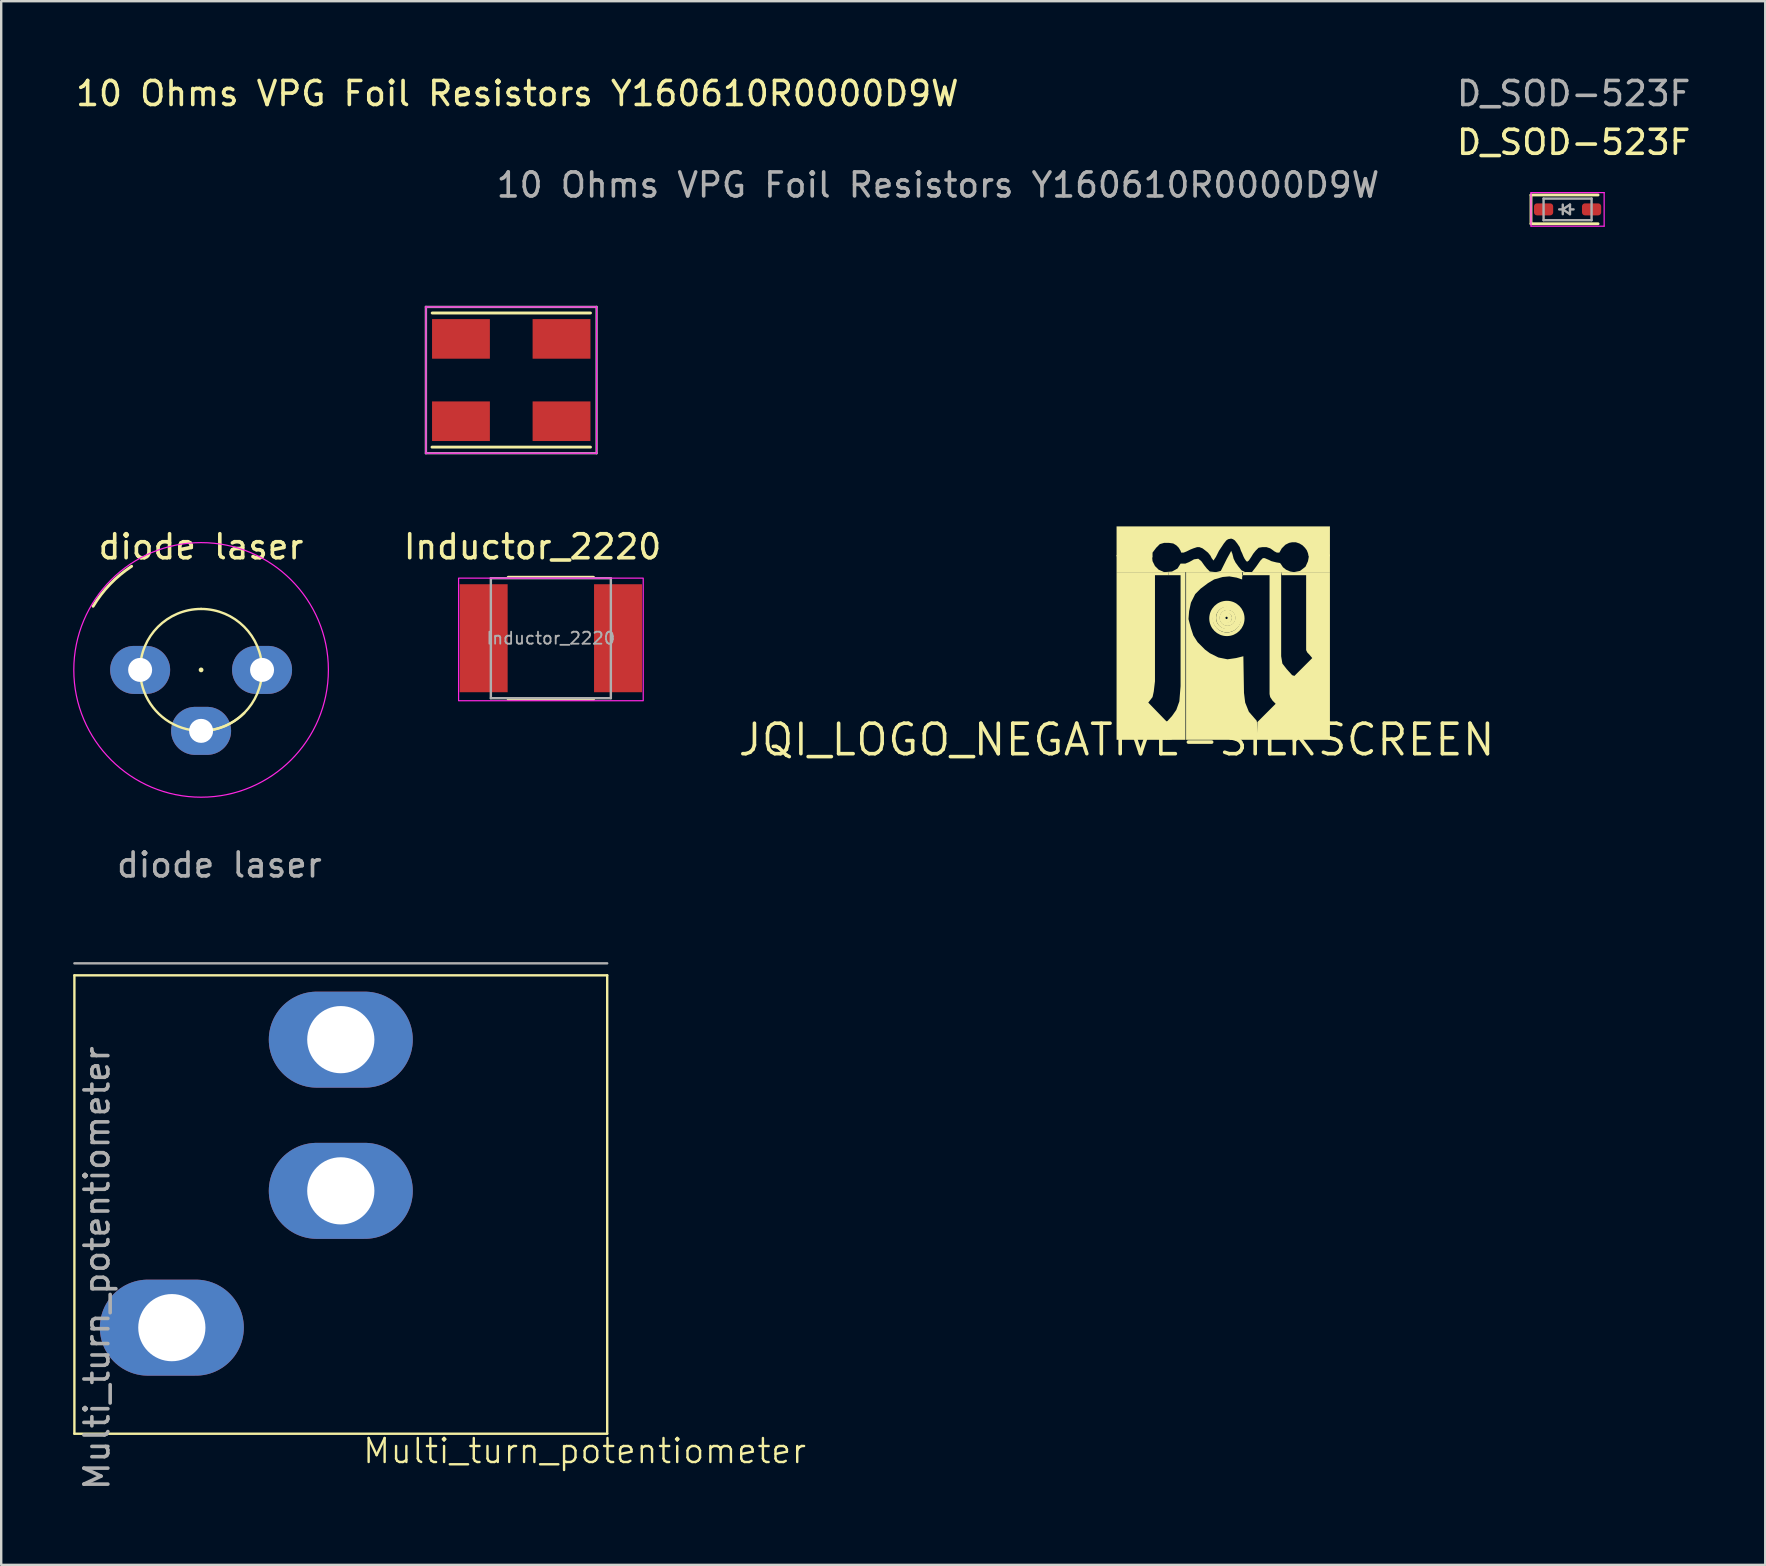
<source format=kicad_pcb>
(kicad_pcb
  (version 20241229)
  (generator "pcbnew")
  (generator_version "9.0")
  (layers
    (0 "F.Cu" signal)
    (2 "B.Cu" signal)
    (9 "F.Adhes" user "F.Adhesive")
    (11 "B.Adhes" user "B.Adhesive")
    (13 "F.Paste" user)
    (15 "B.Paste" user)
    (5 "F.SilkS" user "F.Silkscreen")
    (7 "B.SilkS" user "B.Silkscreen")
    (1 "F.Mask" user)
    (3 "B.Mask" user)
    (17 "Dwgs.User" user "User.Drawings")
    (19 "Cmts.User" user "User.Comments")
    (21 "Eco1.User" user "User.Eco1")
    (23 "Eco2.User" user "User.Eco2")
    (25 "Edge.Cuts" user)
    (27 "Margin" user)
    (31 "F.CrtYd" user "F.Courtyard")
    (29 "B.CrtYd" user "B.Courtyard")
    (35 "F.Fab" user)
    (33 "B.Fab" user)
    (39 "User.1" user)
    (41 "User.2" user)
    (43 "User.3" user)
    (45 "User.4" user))
  (footprint "diode laser"
    (layer "F.Cu")
    (at 5.329 24.863)
    (property "Reference" "diode laser" (at -0.005 -5.13 0) (layer "F.SilkS") (effects (font (size 1 1) (thickness 0.15))))
    (attr through_hole)
    (fp_arc (start -4.499508 -2.651757) (mid -3.791082 -3.575219) (end -2.895021 -4.318) (stroke (width 0.12) (type solid)) (layer "F.SilkS"))
    (fp_arc (start -2.54 0) (mid -1.796051 -1.796051) (end 0 -2.54) (stroke (width 0.1) (type default)) (layer "F.SilkS"))
    (fp_arc (start 0 -2.54) (mid 1.796051 -1.796051) (end 2.54 0) (stroke (width 0.1) (type default)) (layer "F.SilkS"))
    (fp_arc (start 0 0) (mid 0 0) (end 0 0) (stroke (width 0.1) (type default)) (layer "F.SilkS"))
    (fp_arc (start 1.796051 1.796051) (mid -0.972016 2.346654) (end -2.539999 0) (stroke (width 0.1) (type default)) (layer "F.SilkS"))
    (fp_arc (start 2.54 0) (mid 1.796051 1.796051) (end 0 2.54) (stroke (width 0.1) (type default)) (layer "F.SilkS"))
    (fp_circle (center 0 0) (end 5.304 0) (stroke (width 0.05) (type solid)) (fill no) (layer "F.CrtYd"))
    (fp_text user "${REFERENCE}" (at 0.762 8.128 0) (layer "F.Fab") (effects (font (size 1 1) (thickness 0.15))))
    (pad "1" thru_hole oval (at -2.54 0) (size 2.5 2) (drill 1) (layers "*.Cu" "*.Mask"))
    (pad "2" thru_hole oval (at 0 2.54) (size 2.5 2) (drill 1) (layers "*.Cu" "*.Mask"))
    (pad "3" thru_hole oval (at 2.54 0) (size 2.5 2) (drill 1) (layers "*.Cu" "*.Mask")))
  (footprint "JQI_LOGO_NEGATIVE-SILKSCREEN"
    (layer "F.Cu")
    (at 43.474 27.774)
    (property "Reference" "JQI_LOGO_NEGATIVE-SILKSCREEN" (at 0 0 0) (layer "F.SilkS") (effects (font (size 1.27 1.27) (thickness 0.15))))
    (attr through_hole)
    (fp_circle (center 4.572 -5.08) (end 4.629 -5.08) (stroke (width 0.152) (type solid)) (fill no) (layer "F.SilkS"))
    (fp_circle (center 4.597 -5.08) (end 4.734 -5.08) (stroke (width 0.152) (type solid)) (fill no) (layer "F.SilkS"))
    (fp_circle (center 4.597 -5.08) (end 5.128 -5.08) (stroke (width 0.152) (type solid)) (fill no) (layer "F.SilkS"))
    (fp_circle (center 4.597 -5.055) (end 5.256 -5.055) (stroke (width 0.152) (type solid)) (fill no) (layer "F.SilkS"))
    (fp_circle (center 4.623 -5.08) (end 4.882 -5.08) (stroke (width 0.152) (type solid)) (fill no) (layer "F.SilkS"))
    (fp_circle (center 4.623 -5.08) (end 5.024 -5.08) (stroke (width 0.152) (type solid)) (fill no) (layer "F.SilkS"))
    (fp_poly (pts (xy 2.057 -0.711) (xy 2.057 0) (xy 2.87 0) (xy 2.87 -6.985) (xy 2.159 -6.985) (xy 2.159 -6.858) (xy 2.667 -6.858) (xy 2.667 -2.235) (xy 2.616 -1.6) (xy 2.489 -1.245) (xy 2.311 -0.991)) (stroke (width 0) (type solid)) (fill yes) (layer "F.SilkS"))
    (fp_poly (pts (xy 2.083 -0.762) (xy 1.321 -1.549) (xy 1.499 -1.778) (xy 1.549 -2.007) (xy 1.6 -2.438) (xy 1.6 -6.858) (xy 2.159 -6.858) (xy 2.159 -6.985) (xy 0 -6.985) (xy 0 0) (xy 2.083 0)) (stroke (width 0) (type solid)) (fill yes) (layer "F.SilkS"))
    (fp_poly (pts (xy 7.391 -2.642) (xy 8.153 -3.404) (xy 8.026 -3.556) (xy 7.95 -3.632) (xy 7.899 -3.734) (xy 7.899 -6.858) (xy 6.883 -6.858) (xy 6.858 -6.985) (xy 8.89 -6.985) (xy 8.89 0) (xy 7.391 0)) (stroke (width 0) (type solid)) (fill yes) (layer "F.SilkS"))
    (fp_poly (pts (xy 5.232 -6.858) (xy 6.375 -6.858) (xy 6.375 -1.905) (xy 6.401 -1.778) (xy 6.502 -1.626) (xy 6.629 -1.499) (xy 5.867 -0.737) (xy 5.842 0) (xy 7.468 0) (xy 7.468 -2.642) (xy 7.315 -2.692) (xy 7.087 -2.946) (xy 6.909 -3.175) (xy 6.858 -3.48) (xy 6.858 -6.985) (xy 5.258 -6.985) (xy 5.258 -6.782)) (stroke (width 0) (type solid)) (fill yes) (layer "F.SilkS"))
    (fp_poly (pts (xy 5.842 -0.787) (xy 5.842 0) (xy 2.896 0) (xy 2.896 -6.985) (xy 5.232 -6.985) (xy 5.232 -6.68) (xy 5.004 -6.756) (xy 4.699 -6.807) (xy 4.42 -6.782) (xy 4.064 -6.68) (xy 3.81 -6.528) (xy 3.505 -6.299) (xy 3.277 -6.071) (xy 3.099 -5.715) (xy 3.023 -5.359) (xy 2.997 -5.029) (xy 3.099 -4.648) (xy 3.2 -4.343) (xy 3.378 -4.064) (xy 3.683 -3.759) (xy 3.886 -3.607) (xy 4.242 -3.429) (xy 4.623 -3.353) (xy 4.978 -3.404) (xy 5.283 -3.48) (xy 5.309 -1.956) (xy 5.359 -1.549) (xy 5.512 -1.168)) (stroke (width 0) (type solid)) (fill yes) (layer "F.SilkS"))
    (fp_poly (pts (xy 6.833 -7.341) (xy 6.934 -7.188) (xy 7.061 -7.087) (xy 7.239 -7.01) (xy 7.391 -6.985) (xy 7.645 -7.036) (xy 7.874 -7.214) (xy 7.976 -7.442) (xy 8.026 -7.722) (xy 8.89 -7.722) (xy 8.89 -6.985) (xy 0 -6.985) (xy 0 -7.696) (xy 1.473 -7.696) (xy 1.499 -7.442) (xy 1.6 -7.239) (xy 1.753 -7.087) (xy 1.981 -6.985) (xy 2.311 -7.01) (xy 2.54 -7.137) (xy 2.667 -7.341) (xy 2.87 -7.341) (xy 3.048 -7.417) (xy 3.226 -7.518) (xy 3.404 -7.544) (xy 3.531 -7.442) (xy 3.658 -7.264) (xy 3.759 -7.137) (xy 3.886 -7.01) (xy 4.14 -6.985) (xy 4.343 -7.036) (xy 4.496 -7.341) (xy 4.597 -7.544) (xy 4.724 -7.772) (xy 4.775 -7.874) (xy 4.826 -7.747) (xy 4.877 -7.544) (xy 4.953 -7.391) (xy 5.08 -7.214) (xy 5.207 -7.061) (xy 5.41 -6.96) (xy 5.639 -6.985) (xy 5.817 -7.214) (xy 5.994 -7.468) (xy 6.096 -7.569) (xy 6.172 -7.569) (xy 6.35 -7.493) (xy 6.452 -7.442) (xy 6.655 -7.391) (xy 6.807 -7.366)) (stroke (width 0) (type solid)) (fill yes) (layer "F.SilkS"))
    (fp_poly (pts (xy 1.499 -7.595) (xy 1.499 -7.798) (xy 1.651 -8.001) (xy 1.803 -8.153) (xy 1.981 -8.204) (xy 2.184 -8.204) (xy 2.362 -8.179) (xy 2.489 -8.103) (xy 2.591 -8.001) (xy 2.667 -7.874) (xy 2.692 -7.798) (xy 2.794 -7.798) (xy 2.921 -7.849) (xy 3.073 -7.925) (xy 3.2 -7.976) (xy 3.353 -8.026) (xy 3.454 -8.026) (xy 3.581 -7.976) (xy 3.683 -7.899) (xy 3.81 -7.798) (xy 3.912 -7.671) (xy 3.962 -7.569) (xy 4.039 -7.468) (xy 4.14 -7.62) (xy 4.267 -7.874) (xy 4.369 -8.026) (xy 4.47 -8.179) (xy 4.572 -8.306) (xy 4.648 -8.357) (xy 4.775 -8.382) (xy 4.851 -8.357) (xy 4.928 -8.306) (xy 5.029 -8.179) (xy 5.131 -8.026) (xy 5.182 -7.874) (xy 5.232 -7.772) (xy 5.283 -7.645) (xy 5.334 -7.544) (xy 5.385 -7.468) (xy 5.436 -7.417) (xy 5.512 -7.468) (xy 5.613 -7.62) (xy 5.69 -7.747) (xy 5.791 -7.874) (xy 5.918 -8.001) (xy 6.071 -8.026) (xy 6.248 -8.026) (xy 6.401 -7.976) (xy 6.477 -7.925) (xy 6.579 -7.849) (xy 6.68 -7.798) (xy 6.782 -7.798) (xy 6.883 -7.976) (xy 7.036 -8.128) (xy 7.188 -8.204) (xy 7.315 -8.23) (xy 7.468 -8.23) (xy 7.62 -8.179) (xy 7.747 -8.103) (xy 7.849 -8.001) (xy 7.925 -7.899) (xy 7.976 -7.772) (xy 8.001 -7.645) (xy 8.89 -7.645) (xy 8.89 -8.89) (xy 0 -8.89) (xy 0 -7.645)) (stroke (width 0) (type solid)) (fill yes) (layer "F.SilkS")))
  (footprint "D_SOD-523F"
    (layer "F.Cu")
    (at 62.266 5.674)
    (property "Reference" "D_SOD-523F" (at 0.254 -2.794 0) (layer "F.SilkS") (effects (font (size 1 1) (thickness 0.15))))
    (attr smd)
    (fp_line (start -1.524 -0.6) (end -1.524 0.6) (stroke (width 0.12) (type solid)) (layer "F.SilkS"))
    (fp_line (start 1.27 -0.6) (end -1.524 -0.6) (stroke (width 0.12) (type solid)) (layer "F.SilkS"))
    (fp_line (start 1.27 0.6) (end -1.524 0.6) (stroke (width 0.12) (type solid)) (layer "F.SilkS"))
    (fp_line (start -1.524 -0.7) (end 1.524 -0.7) (stroke (width 0.05) (type solid)) (layer "F.CrtYd"))
    (fp_line (start -1.524 0.7) (end -1.524 -0.7) (stroke (width 0.05) (type solid)) (layer "F.CrtYd"))
    (fp_line (start 1.524 -0.7) (end 1.524 0.7) (stroke (width 0.05) (type solid)) (layer "F.CrtYd"))
    (fp_line (start 1.524 0.7) (end -1.524 0.7) (stroke (width 0.05) (type solid)) (layer "F.CrtYd"))
    (fp_line (start -1 -0.45) (end 1 -0.45) (stroke (width 0.1) (type solid)) (layer "F.Fab"))
    (fp_line (start -1 0.45) (end -1 -0.45) (stroke (width 0.1) (type solid)) (layer "F.Fab"))
    (fp_line (start -0.2 0) (end -0.35 0) (stroke (width 0.1) (type solid)) (layer "F.Fab"))
    (fp_line (start -0.2 0) (end 0.1 0.2) (stroke (width 0.1) (type solid)) (layer "F.Fab"))
    (fp_line (start -0.2 0.2) (end -0.2 -0.2) (stroke (width 0.1) (type solid)) (layer "F.Fab"))
    (fp_line (start 0.1 -0.2) (end -0.2 0) (stroke (width 0.1) (type solid)) (layer "F.Fab"))
    (fp_line (start 0.1 0) (end 0.25 0) (stroke (width 0.1) (type solid)) (layer "F.Fab"))
    (fp_line (start 0.1 0.2) (end 0.1 -0.2) (stroke (width 0.1) (type solid)) (layer "F.Fab"))
    (fp_line (start 1 -0.45) (end 1 0.45) (stroke (width 0.1) (type solid)) (layer "F.Fab"))
    (fp_line (start 1 0.45) (end -1 0.45) (stroke (width 0.1) (type solid)) (layer "F.Fab"))
    (fp_text user "${REFERENCE}" (at 0.254 -4.826 0) (layer "F.Fab") (effects (font (size 1 1) (thickness 0.15))))
    (pad "1" smd roundrect (at -1 0 180) (size 0.8 0.5) (layers "F.Cu" "F.Mask" "F.Paste") (roundrect_rratio 0.25))
    (pad "2" smd roundrect (at 1 0 180) (size 0.8 0.5) (layers "F.Cu" "F.Mask" "F.Paste") (roundrect_rratio 0.25)))
  (footprint "10 Ohms VPG Foil Resistors Y160610R0000D9W"
    (layer "F.Cu")
    (at 18.252 12.786)
    (property "Reference" "10 Ohms VPG Foil Resistors Y160610R0000D9W" (at 0.254 -11.938 0) (layer "F.SilkS") (effects (font (size 1 1) (thickness 0.15))))
    (attr smd)
    (fp_line (start 3.302 -2.794) (end -3.294 -2.794) (stroke (width 0.12) (type solid)) (layer "F.SilkS"))
    (fp_line (start 3.302 2.794) (end -3.302 2.794) (stroke (width 0.12) (type solid)) (layer "F.SilkS"))
    (fp_line (start -3.556 -3.048) (end -3.556 3.048) (stroke (width 0.05) (type solid)) (layer "F.CrtYd"))
    (fp_line (start -3.556 -3.048) (end 3.556 -3.048) (stroke (width 0.05) (type solid)) (layer "F.CrtYd"))
    (fp_line (start 3.556 -3.048) (end 3.556 3.048) (stroke (width 0.05) (type solid)) (layer "F.CrtYd"))
    (fp_line (start 3.556 3.048) (end -3.556 3.048) (stroke (width 0.05) (type solid)) (layer "F.CrtYd"))
    (fp_line (start -3.556 -3.048) (end 3.556 -3.048) (stroke (width 0.1) (type solid)) (layer "F.Fab"))
    (fp_line (start -3.556 3.048) (end -3.556 -3.048) (stroke (width 0.1) (type solid)) (layer "F.Fab"))
    (fp_line (start 3.556 -3.048) (end 3.556 3.048) (stroke (width 0.1) (type solid)) (layer "F.Fab"))
    (fp_line (start 3.556 3.048) (end -3.556 3.048) (stroke (width 0.1) (type solid)) (layer "F.Fab"))
    (fp_text user "${REFERENCE}" (at 17.78 -8.128 0) (layer "F.Fab") (effects (font (size 1 1) (thickness 0.15))))
    (pad "1" smd rect (at -2.095 -1.715) (size 2.41 1.65) (layers "F.Cu" "F.Mask" "F.Paste"))
    (pad "2" smd rect (at 2.095 -1.715) (size 2.41 1.65) (layers "F.Cu" "F.Mask" "F.Paste"))
    (pad "3" smd rect (at -2.095 1.715) (size 2.41 1.65) (layers "F.Cu" "F.Mask" "F.Paste"))
    (pad "4" smd rect (at 2.095 1.715) (size 2.41 1.65) (layers "F.Cu" "F.Mask" "F.Paste")))
  (footprint "Inductor_2220"
    (layer "F.Cu")
    (at 19.902 23.543)
    (property "Reference" "Inductor_2220" (at -0.762 -3.81 0) (unlocked yes) (layer "F.SilkS") (effects (font (size 1 1) (thickness 0.15))))
    (attr smd)
    (fp_line (start -1.778 -2.54) (end 1.778 -2.54) (stroke (width 0.12) (type solid)) (layer "F.SilkS"))
    (fp_line (start -1.778 2.54) (end 1.778 2.54) (stroke (width 0.12) (type solid)) (layer "F.SilkS"))
    (fp_rect (start -3.844 -2.504) (end 3.849 2.605) (stroke (width 0.05) (type solid)) (fill no) (layer "F.CrtYd"))
    (fp_line (start -2.5 -2.5) (end -2.5 2.5) (stroke (width 0.1) (type solid)) (layer "F.Fab"))
    (fp_line (start -2.5 -2.5) (end 2.5 -2.5) (stroke (width 0.1) (type solid)) (layer "F.Fab"))
    (fp_line (start -2.5 2.5) (end 2.5 2.5) (stroke (width 0.1) (type solid)) (layer "F.Fab"))
    (fp_line (start 2.5 -2.5) (end 2.5 2.5) (stroke (width 0.1) (type solid)) (layer "F.Fab"))
    (fp_text user "${REFERENCE}" (at 0 0 0) (unlocked yes) (layer "F.Fab") (effects (font (size 0.5 0.5) (thickness 0.075))))
    (pad "1" smd rect (at -2.8 0) (size 2 4.5) (layers "F.Cu" "F.Mask" "F.Paste"))
    (pad "2" smd rect (at 2.8 0) (size 2 4.5) (layers "F.Cu" "F.Mask" "F.Paste")))
  (footprint "Multi_turn_potentiometer"
    (layer "F.Cu")
    (at 11.15 37.089)
    (property "Reference" "Multi_turn_potentiometer" (at 10.16 20.32 0) (unlocked yes) (layer "F.SilkS") (effects (font (size 1 1) (thickness 0.1))))
    (attr through_hole)
    (fp_line (start -11.1 0.5) (end -11.1 19.6) (stroke (width 0.1) (type default)) (layer "F.SilkS"))
    (fp_line (start -11.1 0.5) (end 11.1 0.5) (stroke (width 0.1) (type default)) (layer "F.SilkS"))
    (fp_line (start 11.1 0.5) (end 11.1 19.6) (stroke (width 0.1) (type default)) (layer "F.SilkS"))
    (fp_line (start 11.1 19.6) (end -11.1 19.6) (stroke (width 0.1) (type default)) (layer "F.SilkS"))
    (fp_line (start -11.1 0) (end 11.1 0) (stroke (width 0.1) (type default)) (layer "F.Fab"))
    (fp_text user "${REFERENCE}" (at -10.16 12.7 90) (unlocked yes) (layer "F.Fab") (effects (font (size 1 1) (thickness 0.15))))
    (pad "1" thru_hole oval (at 0 3.18) (size 6 4) (drill 2.8) (layers "*.Cu" "*.Mask"))
    (pad "2" thru_hole oval (at -7.04 15.18) (size 6 4) (drill 2.8) (layers "*.Cu" "*.Mask"))
    (pad "3" thru_hole oval (at 0 9.48) (size 6 4) (drill 2.8) (layers "*.Cu" "*.Mask")))
  (gr_rect
    (start -3 -3)
    (end 70.502 62.152)
    (stroke (width 0.1) (type default))
    (fill no)
    (layer "Edge.Cuts")))
</source>
